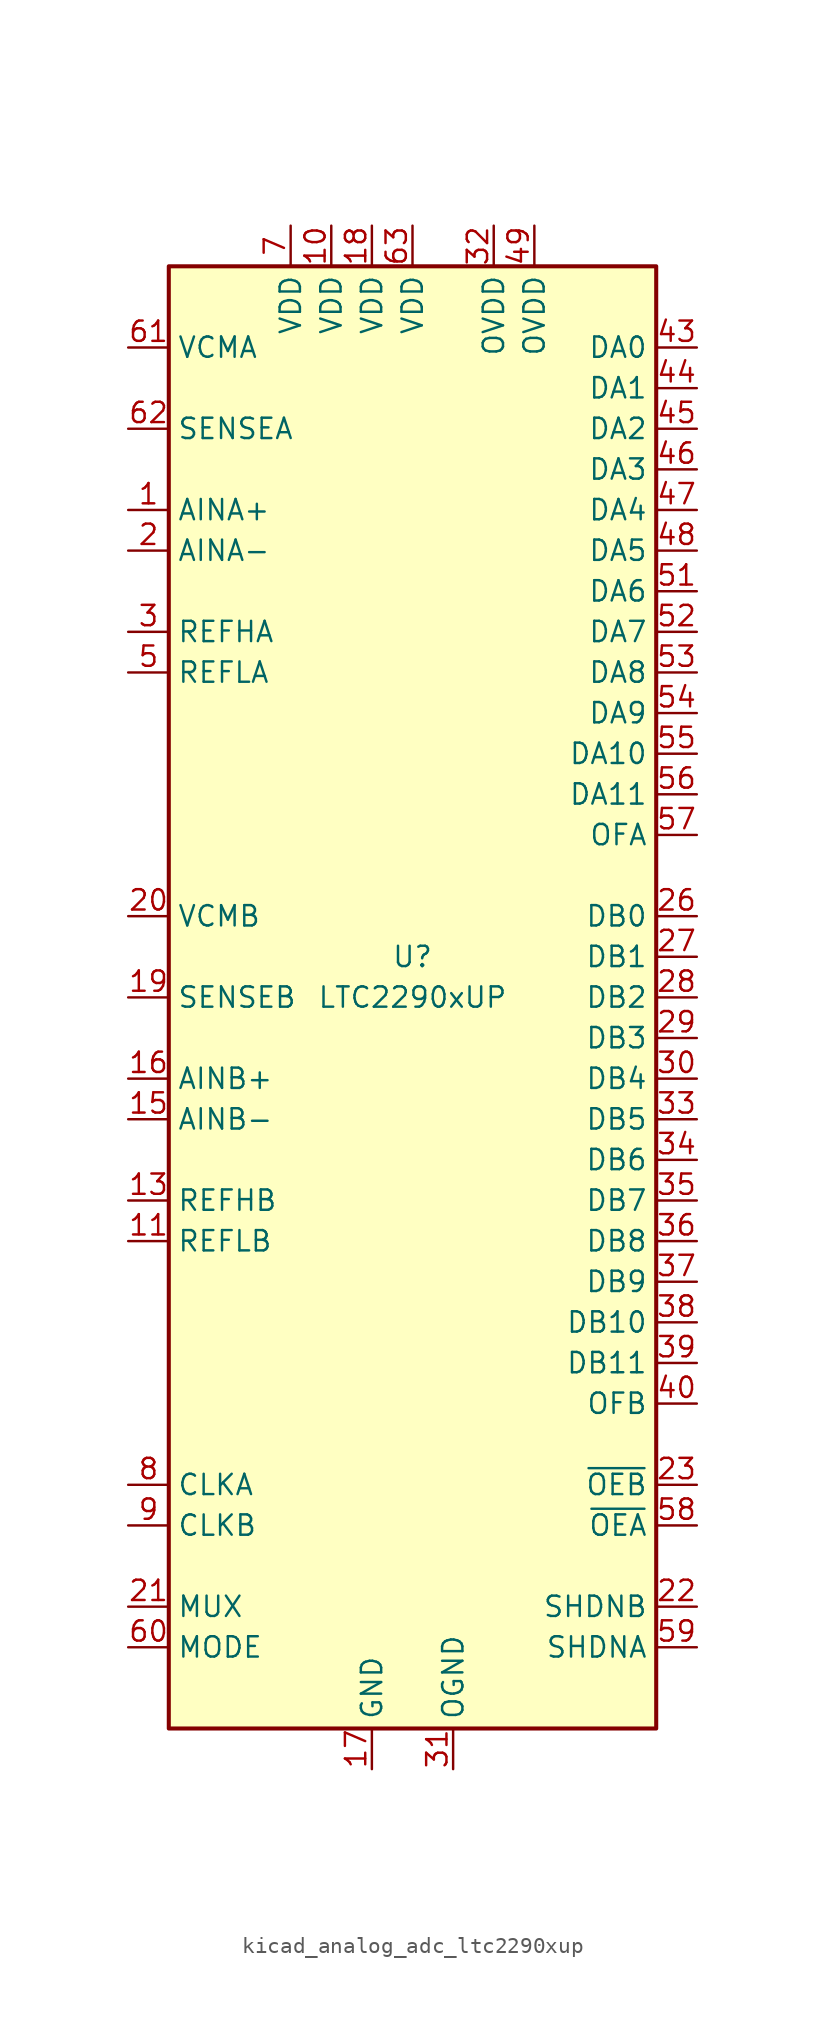
<source format=kicad_sym>
(kicad_symbol_lib
  (version 20220914)
  (generator kicad_symbol_editor)
  (symbol "kicad_analog_adc_ltc2290xup"
    (property "Reference" "U"
      (at 0 2.54 0)
      (effects (font (size 1.27 1.27))))
    (property "Value" "LTC2290xUP"
      (at 0 0 0)
      (effects (font (size 1.27 1.27))))
    (symbol "kicad_analog_adc_ltc2290xup_0_1"
      (rectangle (start -15.24 45.72) (end 15.24 -45.72) (stroke (width 0.254) (type default)) (fill (type background))))
    (symbol "kicad_analog_adc_ltc2290xup_1_1"
      (pin input line (at -17.78 30.48 0) (length 2.54) (name "AINA+" (effects (font (size 1.27 1.27)))) (number "1" (effects (font (size 1.27 1.27)))))
      (pin power_in line (at -5.08 48.26 270) (length 2.54) (name "VDD" (effects (font (size 1.27 1.27)))) (number "10" (effects (font (size 1.27 1.27)))))
      (pin input line (at -17.78 -15.24 0) (length 2.54) (name "REFLB" (effects (font (size 1.27 1.27)))) (number "11" (effects (font (size 1.27 1.27)))))
      (pin input line (at -17.78 -15.24 0) (length 2.54) hide (name "REFLB" (effects (font (size 1.27 1.27)))) (number "12" (effects (font (size 1.27 1.27)))))
      (pin input line (at -17.78 -12.7 0) (length 2.54) (name "REFHB" (effects (font (size 1.27 1.27)))) (number "13" (effects (font (size 1.27 1.27)))))
      (pin input line (at -17.78 -12.7 0) (length 2.54) hide (name "REFHB" (effects (font (size 1.27 1.27)))) (number "14" (effects (font (size 1.27 1.27)))))
      (pin input line (at -17.78 -7.62 0) (length 2.54) (name "AINB-" (effects (font (size 1.27 1.27)))) (number "15" (effects (font (size 1.27 1.27)))))
      (pin input line (at -17.78 -5.08 0) (length 2.54) (name "AINB+" (effects (font (size 1.27 1.27)))) (number "16" (effects (font (size 1.27 1.27)))))
      (pin power_in line (at -2.54 -48.26 90) (length 2.54) (name "GND" (effects (font (size 1.27 1.27)))) (number "17" (effects (font (size 1.27 1.27)))))
      (pin power_in line (at -2.54 48.26 270) (length 2.54) (name "VDD" (effects (font (size 1.27 1.27)))) (number "18" (effects (font (size 1.27 1.27)))))
      (pin input line (at -17.78 0 0) (length 2.54) (name "SENSEB" (effects (font (size 1.27 1.27)))) (number "19" (effects (font (size 1.27 1.27)))))
      (pin input line (at -17.78 27.94 0) (length 2.54) (name "AINA-" (effects (font (size 1.27 1.27)))) (number "2" (effects (font (size 1.27 1.27)))))
      (pin passive line (at -17.78 5.08 0) (length 2.54) (name "VCMB" (effects (font (size 1.27 1.27)))) (number "20" (effects (font (size 1.27 1.27)))))
      (pin input line (at -17.78 -38.1 0) (length 2.54) (name "MUX" (effects (font (size 1.27 1.27)))) (number "21" (effects (font (size 1.27 1.27)))))
      (pin input line (at 17.78 -38.1 180) (length 2.54) (name "SHDNB" (effects (font (size 1.27 1.27)))) (number "22" (effects (font (size 1.27 1.27)))))
      (pin input line (at 17.78 -30.48 180) (length 2.54) (name "~{OEB}" (effects (font (size 1.27 1.27)))) (number "23" (effects (font (size 1.27 1.27)))))
      (pin no_connect line (at -15.24 -20.32 0) (length 2.54) hide (name "NC" (effects (font (size 1.27 1.27)))) (number "24" (effects (font (size 1.27 1.27)))))
      (pin no_connect line (at -15.24 -22.86 0) (length 2.54) hide (name "NC" (effects (font (size 1.27 1.27)))) (number "25" (effects (font (size 1.27 1.27)))))
      (pin output line (at 17.78 5.08 180) (length 2.54) (name "DB0" (effects (font (size 1.27 1.27)))) (number "26" (effects (font (size 1.27 1.27)))))
      (pin output line (at 17.78 2.54 180) (length 2.54) (name "DB1" (effects (font (size 1.27 1.27)))) (number "27" (effects (font (size 1.27 1.27)))))
      (pin output line (at 17.78 0 180) (length 2.54) (name "DB2" (effects (font (size 1.27 1.27)))) (number "28" (effects (font (size 1.27 1.27)))))
      (pin output line (at 17.78 -2.54 180) (length 2.54) (name "DB3" (effects (font (size 1.27 1.27)))) (number "29" (effects (font (size 1.27 1.27)))))
      (pin input line (at -17.78 22.86 0) (length 2.54) (name "REFHA" (effects (font (size 1.27 1.27)))) (number "3" (effects (font (size 1.27 1.27)))))
      (pin output line (at 17.78 -5.08 180) (length 2.54) (name "DB4" (effects (font (size 1.27 1.27)))) (number "30" (effects (font (size 1.27 1.27)))))
      (pin power_in line (at 2.54 -48.26 90) (length 2.54) (name "OGND" (effects (font (size 1.27 1.27)))) (number "31" (effects (font (size 1.27 1.27)))))
      (pin power_in line (at 5.08 48.26 270) (length 2.54) (name "OVDD" (effects (font (size 1.27 1.27)))) (number "32" (effects (font (size 1.27 1.27)))))
      (pin output line (at 17.78 -7.62 180) (length 2.54) (name "DB5" (effects (font (size 1.27 1.27)))) (number "33" (effects (font (size 1.27 1.27)))))
      (pin output line (at 17.78 -10.16 180) (length 2.54) (name "DB6" (effects (font (size 1.27 1.27)))) (number "34" (effects (font (size 1.27 1.27)))))
      (pin output line (at 17.78 -12.7 180) (length 2.54) (name "DB7" (effects (font (size 1.27 1.27)))) (number "35" (effects (font (size 1.27 1.27)))))
      (pin output line (at 17.78 -15.24 180) (length 2.54) (name "DB8" (effects (font (size 1.27 1.27)))) (number "36" (effects (font (size 1.27 1.27)))))
      (pin output line (at 17.78 -17.78 180) (length 2.54) (name "DB9" (effects (font (size 1.27 1.27)))) (number "37" (effects (font (size 1.27 1.27)))))
      (pin output line (at 17.78 -20.32 180) (length 2.54) (name "DB10" (effects (font (size 1.27 1.27)))) (number "38" (effects (font (size 1.27 1.27)))))
      (pin output line (at 17.78 -22.86 180) (length 2.54) (name "DB11" (effects (font (size 1.27 1.27)))) (number "39" (effects (font (size 1.27 1.27)))))
      (pin input line (at -17.78 22.86 0) (length 2.54) hide (name "REFHA" (effects (font (size 1.27 1.27)))) (number "4" (effects (font (size 1.27 1.27)))))
      (pin output line (at 17.78 -25.4 180) (length 2.54) (name "OFB" (effects (font (size 1.27 1.27)))) (number "40" (effects (font (size 1.27 1.27)))))
      (pin no_connect line (at -15.24 -25.4 0) (length 2.54) hide (name "NC" (effects (font (size 1.27 1.27)))) (number "41" (effects (font (size 1.27 1.27)))))
      (pin no_connect line (at -15.24 -27.94 0) (length 2.54) hide (name "NC" (effects (font (size 1.27 1.27)))) (number "42" (effects (font (size 1.27 1.27)))))
      (pin output line (at 17.78 40.64 180) (length 2.54) (name "DA0" (effects (font (size 1.27 1.27)))) (number "43" (effects (font (size 1.27 1.27)))))
      (pin output line (at 17.78 38.1 180) (length 2.54) (name "DA1" (effects (font (size 1.27 1.27)))) (number "44" (effects (font (size 1.27 1.27)))))
      (pin output line (at 17.78 35.56 180) (length 2.54) (name "DA2" (effects (font (size 1.27 1.27)))) (number "45" (effects (font (size 1.27 1.27)))))
      (pin output line (at 17.78 33.02 180) (length 2.54) (name "DA3" (effects (font (size 1.27 1.27)))) (number "46" (effects (font (size 1.27 1.27)))))
      (pin output line (at 17.78 30.48 180) (length 2.54) (name "DA4" (effects (font (size 1.27 1.27)))) (number "47" (effects (font (size 1.27 1.27)))))
      (pin output line (at 17.78 27.94 180) (length 2.54) (name "DA5" (effects (font (size 1.27 1.27)))) (number "48" (effects (font (size 1.27 1.27)))))
      (pin power_in line (at 7.62 48.26 270) (length 2.54) (name "OVDD" (effects (font (size 1.27 1.27)))) (number "49" (effects (font (size 1.27 1.27)))))
      (pin input line (at -17.78 20.32 0) (length 2.54) (name "REFLA" (effects (font (size 1.27 1.27)))) (number "5" (effects (font (size 1.27 1.27)))))
      (pin passive line (at 2.54 -48.26 90) (length 2.54) hide (name "OGND" (effects (font (size 1.27 1.27)))) (number "50" (effects (font (size 1.27 1.27)))))
      (pin output line (at 17.78 25.4 180) (length 2.54) (name "DA6" (effects (font (size 1.27 1.27)))) (number "51" (effects (font (size 1.27 1.27)))))
      (pin output line (at 17.78 22.86 180) (length 2.54) (name "DA7" (effects (font (size 1.27 1.27)))) (number "52" (effects (font (size 1.27 1.27)))))
      (pin output line (at 17.78 20.32 180) (length 2.54) (name "DA8" (effects (font (size 1.27 1.27)))) (number "53" (effects (font (size 1.27 1.27)))))
      (pin output line (at 17.78 17.78 180) (length 2.54) (name "DA9" (effects (font (size 1.27 1.27)))) (number "54" (effects (font (size 1.27 1.27)))))
      (pin output line (at 17.78 15.24 180) (length 2.54) (name "DA10" (effects (font (size 1.27 1.27)))) (number "55" (effects (font (size 1.27 1.27)))))
      (pin output line (at 17.78 12.7 180) (length 2.54) (name "DA11" (effects (font (size 1.27 1.27)))) (number "56" (effects (font (size 1.27 1.27)))))
      (pin output line (at 17.78 10.16 180) (length 2.54) (name "OFA" (effects (font (size 1.27 1.27)))) (number "57" (effects (font (size 1.27 1.27)))))
      (pin input line (at 17.78 -33.02 180) (length 2.54) (name "~{OEA}" (effects (font (size 1.27 1.27)))) (number "58" (effects (font (size 1.27 1.27)))))
      (pin input line (at 17.78 -40.64 180) (length 2.54) (name "SHDNA" (effects (font (size 1.27 1.27)))) (number "59" (effects (font (size 1.27 1.27)))))
      (pin input line (at -17.78 20.32 0) (length 2.54) hide (name "REFLA" (effects (font (size 1.27 1.27)))) (number "6" (effects (font (size 1.27 1.27)))))
      (pin input line (at -17.78 -40.64 0) (length 2.54) (name "MODE" (effects (font (size 1.27 1.27)))) (number "60" (effects (font (size 1.27 1.27)))))
      (pin passive line (at -17.78 40.64 0) (length 2.54) (name "VCMA" (effects (font (size 1.27 1.27)))) (number "61" (effects (font (size 1.27 1.27)))))
      (pin input line (at -17.78 35.56 0) (length 2.54) (name "SENSEA" (effects (font (size 1.27 1.27)))) (number "62" (effects (font (size 1.27 1.27)))))
      (pin power_in line (at 0 48.26 270) (length 2.54) (name "VDD" (effects (font (size 1.27 1.27)))) (number "63" (effects (font (size 1.27 1.27)))))
      (pin passive line (at -2.54 -48.26 90) (length 2.54) hide (name "GND" (effects (font (size 1.27 1.27)))) (number "64" (effects (font (size 1.27 1.27)))))
      (pin passive line (at -2.54 -48.26 90) (length 2.54) hide (name "GND" (effects (font (size 1.27 1.27)))) (number "65" (effects (font (size 1.27 1.27)))))
      (pin power_in line (at -7.62 48.26 270) (length 2.54) (name "VDD" (effects (font (size 1.27 1.27)))) (number "7" (effects (font (size 1.27 1.27)))))
      (pin input line (at -17.78 -30.48 0) (length 2.54) (name "CLKA" (effects (font (size 1.27 1.27)))) (number "8" (effects (font (size 1.27 1.27)))))
      (pin input line (at -17.78 -33.02 0) (length 2.54) (name "CLKB" (effects (font (size 1.27 1.27)))) (number "9" (effects (font (size 1.27 1.27))))))))
</source>
